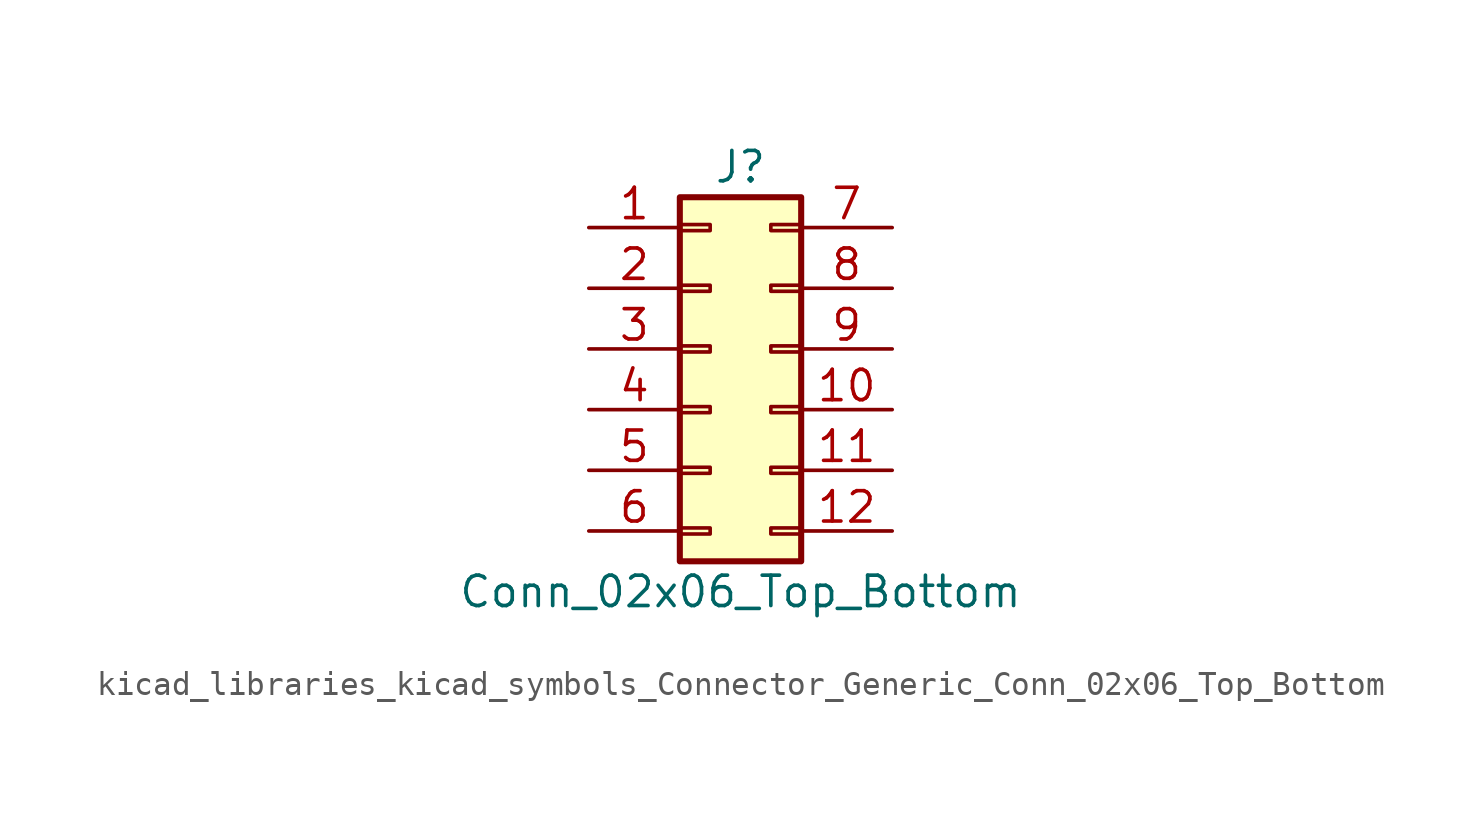
<source format=kicad_sym>
(kicad_symbol_lib
  (version 20220914)
  (generator kicad_symbol_editor)
  (symbol "kicad_libraries_kicad_symbols_Connector_Generic_Conn_02x06_Top_Bottom"
    (pin_names
      (offset 1.016) hide)
    (property "Reference" "J"
      (at 1.27 7.62 0)
      (effects (font (size 1.27 1.27))))
    (property "Value" "Conn_02x06_Top_Bottom"
      (at 1.27 -10.16 0)
      (effects (font (size 1.27 1.27))))
    (symbol "kicad_libraries_kicad_symbols_Connector_Generic_Conn_02x06_Top_Bottom_1_1"
      (rectangle (start -1.27 -7.493) (end 0 -7.747) (stroke (width 0.152) (type default)) (fill (type none)))
      (rectangle (start -1.27 -4.953) (end 0 -5.207) (stroke (width 0.152) (type default)) (fill (type none)))
      (rectangle (start -1.27 -2.413) (end 0 -2.667) (stroke (width 0.152) (type default)) (fill (type none)))
      (rectangle (start -1.27 0.127) (end 0 -0.127) (stroke (width 0.152) (type default)) (fill (type none)))
      (rectangle (start -1.27 2.667) (end 0 2.413) (stroke (width 0.152) (type default)) (fill (type none)))
      (rectangle (start -1.27 5.207) (end 0 4.953) (stroke (width 0.152) (type default)) (fill (type none)))
      (rectangle (start -1.27 6.35) (end 3.81 -8.89) (stroke (width 0.254) (type default)) (fill (type background)))
      (rectangle (start 3.81 -7.493) (end 2.54 -7.747) (stroke (width 0.152) (type default)) (fill (type none)))
      (rectangle (start 3.81 -4.953) (end 2.54 -5.207) (stroke (width 0.152) (type default)) (fill (type none)))
      (rectangle (start 3.81 -2.413) (end 2.54 -2.667) (stroke (width 0.152) (type default)) (fill (type none)))
      (rectangle (start 3.81 0.127) (end 2.54 -0.127) (stroke (width 0.152) (type default)) (fill (type none)))
      (rectangle (start 3.81 2.667) (end 2.54 2.413) (stroke (width 0.152) (type default)) (fill (type none)))
      (rectangle (start 3.81 5.207) (end 2.54 4.953) (stroke (width 0.152) (type default)) (fill (type none)))
      (pin passive line (at -5.08 5.08 0) (length 3.81) (name "Pin_1" (effects (font (size 1.27 1.27)))) (number "1" (effects (font (size 1.27 1.27)))))
      (pin passive line (at 7.62 -2.54 180) (length 3.81) (name "Pin_10" (effects (font (size 1.27 1.27)))) (number "10" (effects (font (size 1.27 1.27)))))
      (pin passive line (at 7.62 -5.08 180) (length 3.81) (name "Pin_11" (effects (font (size 1.27 1.27)))) (number "11" (effects (font (size 1.27 1.27)))))
      (pin passive line (at 7.62 -7.62 180) (length 3.81) (name "Pin_12" (effects (font (size 1.27 1.27)))) (number "12" (effects (font (size 1.27 1.27)))))
      (pin passive line (at -5.08 2.54 0) (length 3.81) (name "Pin_2" (effects (font (size 1.27 1.27)))) (number "2" (effects (font (size 1.27 1.27)))))
      (pin passive line (at -5.08 0 0) (length 3.81) (name "Pin_3" (effects (font (size 1.27 1.27)))) (number "3" (effects (font (size 1.27 1.27)))))
      (pin passive line (at -5.08 -2.54 0) (length 3.81) (name "Pin_4" (effects (font (size 1.27 1.27)))) (number "4" (effects (font (size 1.27 1.27)))))
      (pin passive line (at -5.08 -5.08 0) (length 3.81) (name "Pin_5" (effects (font (size 1.27 1.27)))) (number "5" (effects (font (size 1.27 1.27)))))
      (pin passive line (at -5.08 -7.62 0) (length 3.81) (name "Pin_6" (effects (font (size 1.27 1.27)))) (number "6" (effects (font (size 1.27 1.27)))))
      (pin passive line (at 7.62 5.08 180) (length 3.81) (name "Pin_7" (effects (font (size 1.27 1.27)))) (number "7" (effects (font (size 1.27 1.27)))))
      (pin passive line (at 7.62 2.54 180) (length 3.81) (name "Pin_8" (effects (font (size 1.27 1.27)))) (number "8" (effects (font (size 1.27 1.27)))))
      (pin passive line (at 7.62 0 180) (length 3.81) (name "Pin_9" (effects (font (size 1.27 1.27)))) (number "9" (effects (font (size 1.27 1.27))))))))
</source>
